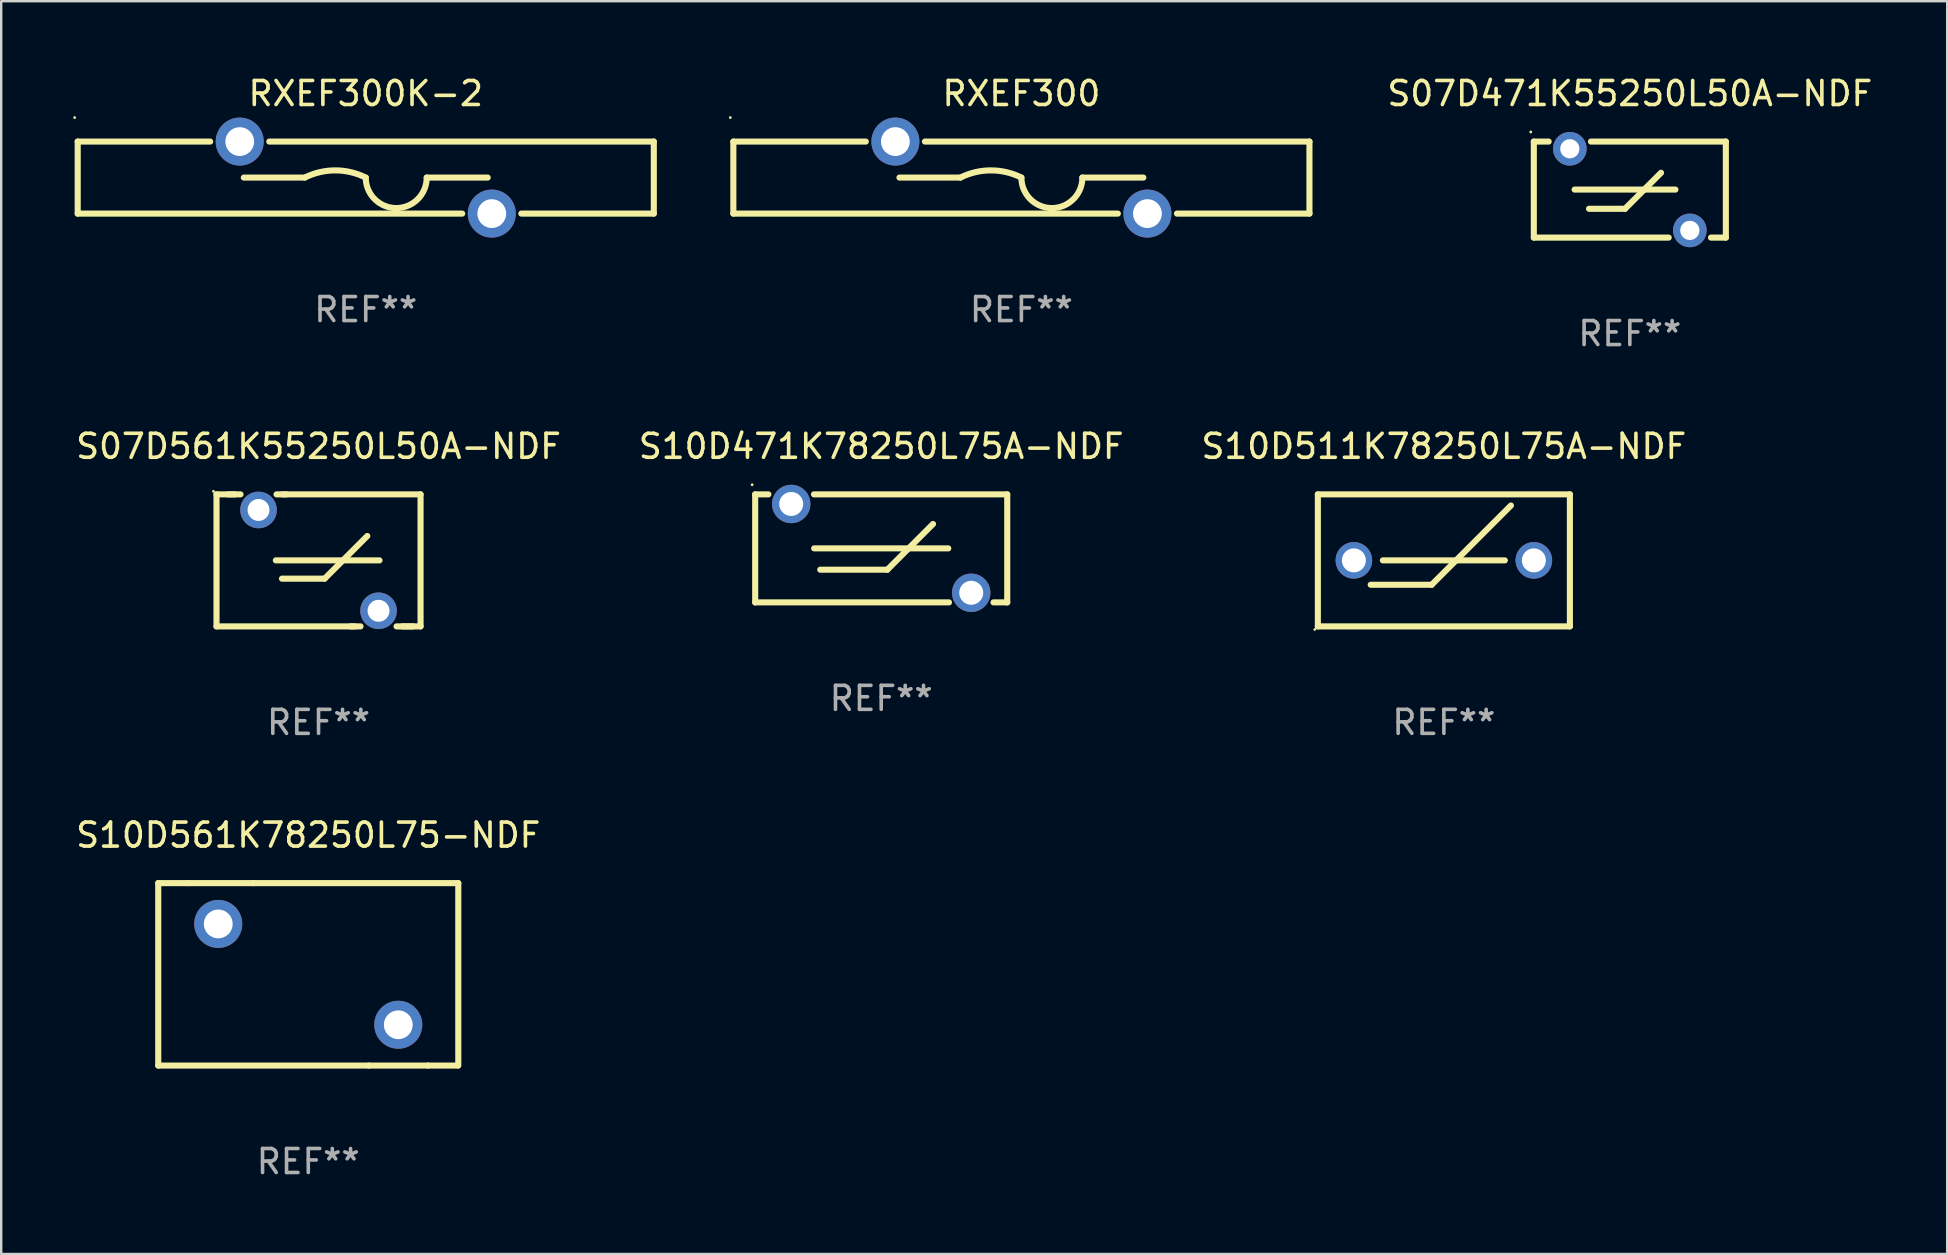
<source format=kicad_pcb>
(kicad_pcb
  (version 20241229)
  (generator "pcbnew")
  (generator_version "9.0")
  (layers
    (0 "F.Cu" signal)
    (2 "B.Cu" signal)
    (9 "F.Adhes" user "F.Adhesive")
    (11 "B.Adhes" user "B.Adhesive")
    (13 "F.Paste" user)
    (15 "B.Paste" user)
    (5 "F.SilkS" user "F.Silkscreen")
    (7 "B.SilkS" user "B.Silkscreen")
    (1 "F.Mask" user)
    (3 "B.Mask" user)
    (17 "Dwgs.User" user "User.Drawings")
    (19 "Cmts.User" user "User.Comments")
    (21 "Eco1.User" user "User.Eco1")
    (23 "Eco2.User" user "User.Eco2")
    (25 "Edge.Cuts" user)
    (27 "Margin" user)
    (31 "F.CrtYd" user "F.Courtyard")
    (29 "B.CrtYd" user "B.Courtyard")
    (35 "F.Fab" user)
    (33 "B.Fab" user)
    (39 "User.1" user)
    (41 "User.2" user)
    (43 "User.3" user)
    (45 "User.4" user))
  (footprint "RXEF300K-2"
    (layer "F.Cu")
    (at 12.187 4.348)
    (property "Reference" "RXEF300K-2" (at 0 -3.5 0) (layer "F.SilkS") (effects (font (size 1 1) (thickness 0.15))))
    (attr through_hole)
    (fp_line (start -12 -1.5) (end -12 1.5) (stroke (width 0.254) (type solid)) (layer "F.SilkS"))
    (fp_line (start -12 1.5) (end 4.019 1.5) (stroke (width 0.254) (type solid)) (layer "F.SilkS"))
    (fp_line (start -6.481 -1.5) (end -12 -1.5) (stroke (width 0.254) (type solid)) (layer "F.SilkS"))
    (fp_line (start -2.54 -0.000064) (end -5.08 -0.000064) (stroke (width 0.254) (type solid)) (layer "F.SilkS"))
    (fp_line (start 2.54 -0.000064) (end 5.08 -0.000064) (stroke (width 0.254) (type solid)) (layer "F.SilkS"))
    (fp_line (start 6.481 1.5) (end 12 1.5) (stroke (width 0.254) (type solid)) (layer "F.SilkS"))
    (fp_line (start 12 -1.5) (end -4.019 -1.5) (stroke (width 0.254) (type solid)) (layer "F.SilkS"))
    (fp_line (start 12 1.5) (end 12 -1.5) (stroke (width 0.254) (type solid)) (layer "F.SilkS"))
    (fp_arc (start -2.540005 -0.000064) (mid -1.270002 -0.299871) (end 0.000001 -0.000063) (stroke (width 0.254001) (type solid)) (layer "F.SilkS"))
    (fp_arc (start 2.540005 -0.000064) (mid 1.270003 1.269938) (end 0.000001 -0.000064) (stroke (width 0.254001) (type solid)) (layer "F.SilkS"))
    (fp_circle (center -12.127 -2.5) (end -12.097 -2.5) (stroke (width 0.06) (type solid)) (fill no) (layer "F.SilkS"))
    (fp_text user "REF**" (at 0 5.5 0) (layer "F.Fab") (effects (font (size 1 1) (thickness 0.15))))
    (pad "1" thru_hole circle (at -5.25 -1.5) (size 2 2) (drill 1.2) (layers "*.Cu" "*.Mask"))
    (pad "2" thru_hole circle (at 5.25 1.5) (size 2 2) (drill 1.2) (layers "*.Cu" "*.Mask")))
  (footprint "S07D471K55250L50A-NDF"
    (layer "F.Cu")
    (at 64.848 4.848)
    (property "Reference" "S07D471K55250L50A-NDF" (at 0 -4 0) (layer "F.SilkS") (effects (font (size 1 1) (thickness 0.15))))
    (attr through_hole)
    (fp_line (start -4 -2) (end -3.381 -2) (stroke (width 0.254) (type solid)) (layer "F.SilkS"))
    (fp_line (start -4 2) (end -4 -2) (stroke (width 0.254) (type solid)) (layer "F.SilkS"))
    (fp_line (start -2.3 0) (end 1.9 0) (stroke (width 0.254) (type solid)) (layer "F.SilkS"))
    (fp_line (start -1.7 0.8) (end -0.2 0.8) (stroke (width 0.254) (type solid)) (layer "F.SilkS"))
    (fp_line (start -1.619 -2) (end 4 -2) (stroke (width 0.254) (type solid)) (layer "F.SilkS"))
    (fp_line (start -0.2 0.8) (end 1.3 -0.7) (stroke (width 0.254) (type solid)) (layer "F.SilkS"))
    (fp_line (start 1.619 2) (end -4 2) (stroke (width 0.254) (type solid)) (layer "F.SilkS"))
    (fp_line (start 4 -2) (end 4 2) (stroke (width 0.254) (type solid)) (layer "F.SilkS"))
    (fp_line (start 4 2) (end 3.381 2) (stroke (width 0.254) (type solid)) (layer "F.SilkS"))
    (fp_circle (center -4.127 -2.4) (end -4.097 -2.4) (stroke (width 0.06) (type solid)) (fill no) (layer "F.SilkS"))
    (fp_text user "REF**" (at 0 6 0) (layer "F.Fab") (effects (font (size 1 1) (thickness 0.15))))
    (pad "1" thru_hole circle (at -2.5 -1.7) (size 1.4 1.4) (drill 0.8) (layers "*.Cu" "*.Mask"))
    (pad "2" thru_hole circle (at 2.5 1.7) (size 1.4 1.4) (drill 0.8) (layers "*.Cu" "*.Mask")))
  (footprint "RXEF300"
    (layer "F.Cu")
    (at 39.501 4.348)
    (property "Reference" "RXEF300" (at 0 -3.5 0) (layer "F.SilkS") (effects (font (size 1 1) (thickness 0.15))))
    (attr through_hole)
    (fp_line (start -12 -1.5) (end -12 1.5) (stroke (width 0.254) (type solid)) (layer "F.SilkS"))
    (fp_line (start -12 1.5) (end 4.019 1.5) (stroke (width 0.254) (type solid)) (layer "F.SilkS"))
    (fp_line (start -6.481 -1.5) (end -12 -1.5) (stroke (width 0.254) (type solid)) (layer "F.SilkS"))
    (fp_line (start -2.54 -0.000064) (end -5.08 -0.000064) (stroke (width 0.254) (type solid)) (layer "F.SilkS"))
    (fp_line (start 2.54 -0.000064) (end 5.08 -0.000064) (stroke (width 0.254) (type solid)) (layer "F.SilkS"))
    (fp_line (start 6.481 1.5) (end 12 1.5) (stroke (width 0.254) (type solid)) (layer "F.SilkS"))
    (fp_line (start 12 -1.5) (end -4.019 -1.5) (stroke (width 0.254) (type solid)) (layer "F.SilkS"))
    (fp_line (start 12 1.5) (end 12 -1.5) (stroke (width 0.254) (type solid)) (layer "F.SilkS"))
    (fp_arc (start -2.540005 -0.000064) (mid -1.270002 -0.299871) (end 0.000001 -0.000063) (stroke (width 0.254001) (type solid)) (layer "F.SilkS"))
    (fp_arc (start 2.540005 -0.000064) (mid 1.270003 1.269938) (end 0.000001 -0.000064) (stroke (width 0.254001) (type solid)) (layer "F.SilkS"))
    (fp_circle (center -12.127 -2.5) (end -12.097 -2.5) (stroke (width 0.06) (type solid)) (fill no) (layer "F.SilkS"))
    (fp_text user "REF**" (at 0 5.5 0) (layer "F.Fab") (effects (font (size 1 1) (thickness 0.15))))
    (pad "1" thru_hole circle (at -5.25 -1.5) (size 2 2) (drill 1.2) (layers "*.Cu" "*.Mask"))
    (pad "2" thru_hole circle (at 5.25 1.5) (size 2 2) (drill 1.2) (layers "*.Cu" "*.Mask")))
  (footprint "S10D511K78250L75A-NDF"
    (layer "F.Cu")
    (at 57.101 20.295)
    (property "Reference" "S10D511K78250L75A-NDF" (at 0 -4.75 0) (layer "F.SilkS") (effects (font (size 1 1) (thickness 0.15))))
    (attr through_hole)
    (fp_line (start -5.25 -2.75) (end 5.25 -2.75) (stroke (width 0.254) (type solid)) (layer "F.SilkS"))
    (fp_line (start -5.25 2.75) (end -5.25 -2.75) (stroke (width 0.254) (type solid)) (layer "F.SilkS"))
    (fp_line (start -5.25 2.75) (end 5.25 2.75) (stroke (width 0.254) (type solid)) (layer "F.SilkS"))
    (fp_line (start -3.048 1.016) (end -0.508 1.016) (stroke (width 0.254) (type solid)) (layer "F.SilkS"))
    (fp_line (start -2.54 0) (end 2.54 0) (stroke (width 0.254) (type solid)) (layer "F.SilkS"))
    (fp_line (start -0.508 1.016) (end 2.794 -2.286) (stroke (width 0.254) (type solid)) (layer "F.SilkS"))
    (fp_line (start 5.25 -2.75) (end 5.25 2.75) (stroke (width 0.254) (type solid)) (layer "F.SilkS"))
    (fp_circle (center -5.377 2.877) (end -5.347 2.877) (stroke (width 0.06) (type solid)) (fill no) (layer "F.SilkS"))
    (fp_text user "REF**" (at 0 6.75 0) (layer "F.Fab") (effects (font (size 1 1) (thickness 0.15))))
    (pad "1" thru_hole circle (at -3.749 0) (size 1.524 1.524) (drill 1) (layers "*.Cu" "*.Mask"))
    (pad "2" thru_hole circle (at 3.749 0) (size 1.524 1.524) (drill 1) (layers "*.Cu" "*.Mask")))
  (footprint "S10D471K78250L75A-NDF"
    (layer "F.Cu")
    (at 33.661 19.795)
    (property "Reference" "S10D471K78250L75A-NDF" (at 0 -4.25 0) (layer "F.SilkS") (effects (font (size 1 1) (thickness 0.15))))
    (attr through_hole)
    (fp_line (start -5.25 -2.25) (end -5.25 2.25) (stroke (width 0.254) (type solid)) (layer "F.SilkS"))
    (fp_line (start -5.25 -2.25) (end -4.7 -2.25) (stroke (width 0.254) (type solid)) (layer "F.SilkS"))
    (fp_line (start -5.25 2.25) (end 2.823 2.25) (stroke (width 0.254) (type solid)) (layer "F.SilkS"))
    (fp_line (start -2.8 -2.25) (end 5.25 -2.25) (stroke (width 0.254) (type solid)) (layer "F.SilkS"))
    (fp_line (start -2.794 0.000025) (end 2.794 0.000025) (stroke (width 0.254) (type solid)) (layer "F.SilkS"))
    (fp_line (start -2.54 0.889) (end 0.254 0.889) (stroke (width 0.254) (type solid)) (layer "F.SilkS"))
    (fp_line (start 0.254 0.889) (end 2.159 -1.016) (stroke (width 0.254) (type solid)) (layer "F.SilkS"))
    (fp_line (start 4.678 2.25) (end 5.25 2.25) (stroke (width 0.254) (type solid)) (layer "F.SilkS"))
    (fp_line (start 5.25 -2.25) (end 5.25 2.25) (stroke (width 0.254) (type solid)) (layer "F.SilkS"))
    (fp_circle (center -5.377 -2.65) (end -5.347 -2.65) (stroke (width 0.06) (type solid)) (fill no) (layer "F.SilkS"))
    (fp_text user "REF**" (at 0 6.25 0) (layer "F.Fab") (effects (font (size 1 1) (thickness 0.15))))
    (pad "1" thru_hole circle (at -3.75 -1.85) (size 1.6 1.6) (drill 1) (layers "*.Cu" "*.Mask"))
    (pad "2" thru_hole circle (at 3.75 1.85) (size 1.6 1.6) (drill 1) (layers "*.Cu" "*.Mask")))
  (footprint "S07D561K55250L50A-NDF"
    (layer "F.Cu")
    (at 10.22 20.295)
    (property "Reference" "S07D561K55250L50A-NDF" (at 0 -4.75 0) (layer "F.SilkS") (effects (font (size 1 1) (thickness 0.15))))
    (attr through_hole)
    (fp_line (start -4.25 -2.75) (end -3.493 -2.75) (stroke (width 0.254) (type solid)) (layer "F.SilkS"))
    (fp_line (start -4.25 2.75) (end -4.25 -2.75) (stroke (width 0.254) (type solid)) (layer "F.SilkS"))
    (fp_line (start -4.25 2.75) (end 1.507 2.75) (stroke (width 0.254) (type solid)) (layer "F.SilkS"))
    (fp_line (start -3.25 -2.75) (end -3.773 -2.75) (stroke (width 0.254) (type solid)) (layer "F.SilkS"))
    (fp_line (start -1.778 -0.000013) (end 2.54 -0.000013) (stroke (width 0.254) (type solid)) (layer "F.SilkS"))
    (fp_line (start -1.507 -2.75) (end 4.25 -2.75) (stroke (width 0.254) (type solid)) (layer "F.SilkS"))
    (fp_line (start -1.335 -2.75) (end -1.75 -2.75) (stroke (width 0.254) (type solid)) (layer "F.SilkS"))
    (fp_line (start 0.254 0.762) (end -1.524 0.762) (stroke (width 0.254) (type solid)) (layer "F.SilkS"))
    (fp_line (start 1.332 2.75) (end 1.75 2.75) (stroke (width 0.254) (type solid)) (layer "F.SilkS"))
    (fp_line (start 2.032 -1.016) (end 0.254 0.762) (stroke (width 0.254) (type solid)) (layer "F.SilkS"))
    (fp_line (start 3.25 2.75) (end 3.949 2.75) (stroke (width 0.254) (type solid)) (layer "F.SilkS"))
    (fp_line (start 3.493 2.75) (end 4.25 2.75) (stroke (width 0.254) (type solid)) (layer "F.SilkS"))
    (fp_line (start 4.25 2.75) (end 4.25 -2.75) (stroke (width 0.254) (type solid)) (layer "F.SilkS"))
    (fp_circle (center -4.377 -2.877) (end -4.347 -2.877) (stroke (width 0.06) (type solid)) (fill no) (layer "F.SilkS"))
    (fp_text user "REF**" (at 0 6.75 0) (layer "F.Fab") (effects (font (size 1 1) (thickness 0.15))))
    (pad "1" thru_hole circle (at -2.5 -2.1) (size 1.524 1.524) (drill 0.914) (layers "*.Cu" "*.Mask"))
    (pad "2" thru_hole circle (at 2.5 2.1) (size 1.524 1.524) (drill 0.914) (layers "*.Cu" "*.Mask")))
  (footprint "S10D561K78250L75-NDF"
    (layer "F.Cu")
    (at 9.792 37.541)
    (property "Reference" "S10D561K78250L75-NDF" (at 0 -5.8 0) (layer "F.SilkS") (effects (font (size 1 1) (thickness 0.15))))
    (attr through_hole)
    (fp_line (start -6.25 -3.8) (end -6.25 3.8) (stroke (width 0.254) (type solid)) (layer "F.SilkS"))
    (fp_line (start -6.25 -3.8) (end -4.981 -3.8) (stroke (width 0.254) (type solid)) (layer "F.SilkS"))
    (fp_line (start -6.25 3.8) (end 2.519 3.8) (stroke (width 0.254) (type solid)) (layer "F.SilkS"))
    (fp_line (start -4.981 -3.8) (end -2.286 -3.8) (stroke (width 0.254) (type solid)) (layer "F.SilkS"))
    (fp_line (start 4.981 3.8) (end 2.519 3.8) (stroke (width 0.254) (type solid)) (layer "F.SilkS"))
    (fp_line (start 4.981 3.8) (end 6.223 3.8) (stroke (width 0.254) (type solid)) (layer "F.SilkS"))
    (fp_line (start 6.25 -3.8) (end -2.286 -3.8) (stroke (width 0.254) (type solid)) (layer "F.SilkS"))
    (fp_line (start 6.25 -3.8) (end 6.25 3.8) (stroke (width 0.254) (type solid)) (layer "F.SilkS"))
    (fp_circle (center -6.25 -3.5) (end -6.22 -3.5) (stroke (width 0.06) (type solid)) (fill no) (layer "F.SilkS"))
    (fp_text user "REF**" (at 0 7.8 0) (layer "F.Fab") (effects (font (size 1 1) (thickness 0.15))))
    (pad "1" thru_hole circle (at -3.75 -2.1) (size 2 2) (drill 1.2) (layers "*.Cu" "*.Mask"))
    (pad "2" thru_hole circle (at 3.75 2.1) (size 2 2) (drill 1.2) (layers "*.Cu" "*.Mask")))
  (gr_rect
    (start -3 -3)
    (end 78.069 49.19)
    (stroke (width 0.1) (type default))
    (fill no)
    (layer "Edge.Cuts")))
</source>
